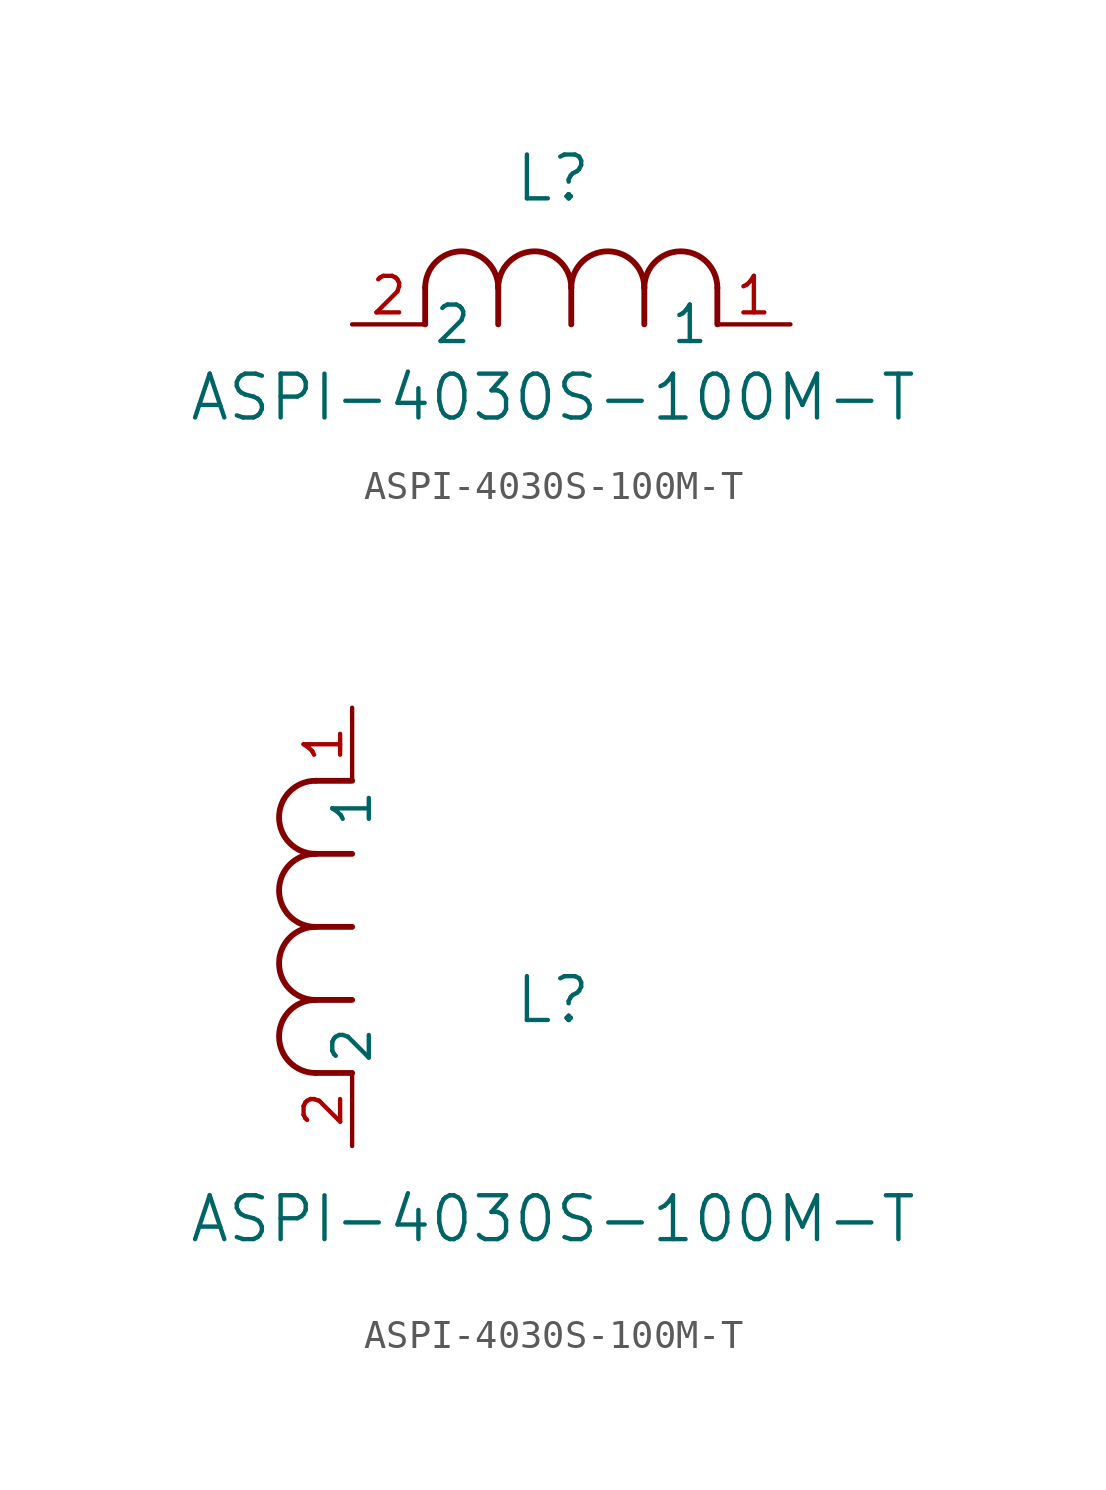
<source format=kicad_sym>
(kicad_symbol_lib
  (version 20211014)
  (generator kicad_symbol_editor)
  (symbol "ASPI-4030S-100M-T"
    (pin_names
      (offset 0.254))
    (property "Reference" "L"
      (at 6.985 5.08 0)
      (effects (font (size 1.524 1.524))))
    (property "Value" "ASPI-4030S-100M-T"
      (at 6.985 -2.54 0)
      (effects (font (size 1.524 1.524))))
    (symbol "ASPI-4030S-100M-T_1_1"
      (arc (start 7.62 1.27) (mid 6.35 2.54) (end 5.08 1.27) (stroke (width 0.2032) (type default) (color 0 0 0 0)) (fill (type none)))
      (polyline (pts (xy 5.08 0) (xy 5.08 1.27)) (stroke (width 0.203) (type default) (color 0 0 0 0)) (fill (type none)))
      (polyline (pts (xy 7.62 0) (xy 7.62 1.27)) (stroke (width 0.203) (type default) (color 0 0 0 0)) (fill (type none)))
      (polyline (pts (xy 12.7 0) (xy 12.7 1.27)) (stroke (width 0.203) (type default) (color 0 0 0 0)) (fill (type none)))
      (arc (start 5.08 1.27) (mid 3.81 2.54) (end 2.54 1.27) (stroke (width 0.2032) (type default) (color 0 0 0 0)) (fill (type none)))
      (arc (start 10.16 1.27) (mid 8.89 2.54) (end 7.62 1.27) (stroke (width 0.2032) (type default) (color 0 0 0 0)) (fill (type none)))
      (arc (start 12.7 1.27) (mid 11.43 2.54) (end 10.16 1.27) (stroke (width 0.2032) (type default) (color 0 0 0 0)) (fill (type none)))
      (polyline (pts (xy 2.54 0) (xy 2.54 1.27)) (stroke (width 0.203) (type default) (color 0 0 0 0)) (fill (type none)))
      (polyline (pts (xy 10.16 0) (xy 10.16 1.27)) (stroke (width 0.203) (type default) (color 0 0 0 0)) (fill (type none)))
      (pin unspecified line (at 0 0 0) (length 2.54) (name "2" (effects (font (size 1.27 1.27)))) (number "2" (effects (font (size 1.27 1.27)))))
      (pin unspecified line (at 15.24 0 180) (length 2.54) (name "1" (effects (font (size 1.27 1.27)))) (number "1" (effects (font (size 1.27 1.27))))))
    (symbol "ASPI-4030S-100M-T_1_2"
      (arc (start -1.27 7.62) (mid -2.54 6.35) (end -1.27 5.08) (stroke (width 0.2032) (type default) (color 0 0 0 0)) (fill (type none)))
      (arc (start -1.27 5.08) (mid -2.54 3.81) (end -1.27 2.54) (stroke (width 0.2032) (type default) (color 0 0 0 0)) (fill (type none)))
      (arc (start -1.27 12.7) (mid -2.54 11.43) (end -1.27 10.16) (stroke (width 0.2032) (type default) (color 0 0 0 0)) (fill (type none)))
      (arc (start -1.27 10.16) (mid -2.54 8.89) (end -1.27 7.62) (stroke (width 0.2032) (type default) (color 0 0 0 0)) (fill (type none)))
      (polyline (pts (xy 0 7.62) (xy -1.27 7.62)) (stroke (width 0.203) (type default) (color 0 0 0 0)) (fill (type none)))
      (polyline (pts (xy 0 5.08) (xy -1.27 5.08)) (stroke (width 0.203) (type default) (color 0 0 0 0)) (fill (type none)))
      (polyline (pts (xy 0 12.7) (xy -1.27 12.7)) (stroke (width 0.203) (type default) (color 0 0 0 0)) (fill (type none)))
      (polyline (pts (xy 0 2.54) (xy -1.27 2.54)) (stroke (width 0.203) (type default) (color 0 0 0 0)) (fill (type none)))
      (polyline (pts (xy 0 10.16) (xy -1.27 10.16)) (stroke (width 0.203) (type default) (color 0 0 0 0)) (fill (type none)))
      (pin unspecified line (at 0 0 90) (length 2.54) (name "2" (effects (font (size 1.27 1.27)))) (number "2" (effects (font (size 1.27 1.27)))))
      (pin unspecified line (at 0 15.24 270) (length 2.54) (name "1" (effects (font (size 1.27 1.27)))) (number "1" (effects (font (size 1.27 1.27))))))))
</source>
